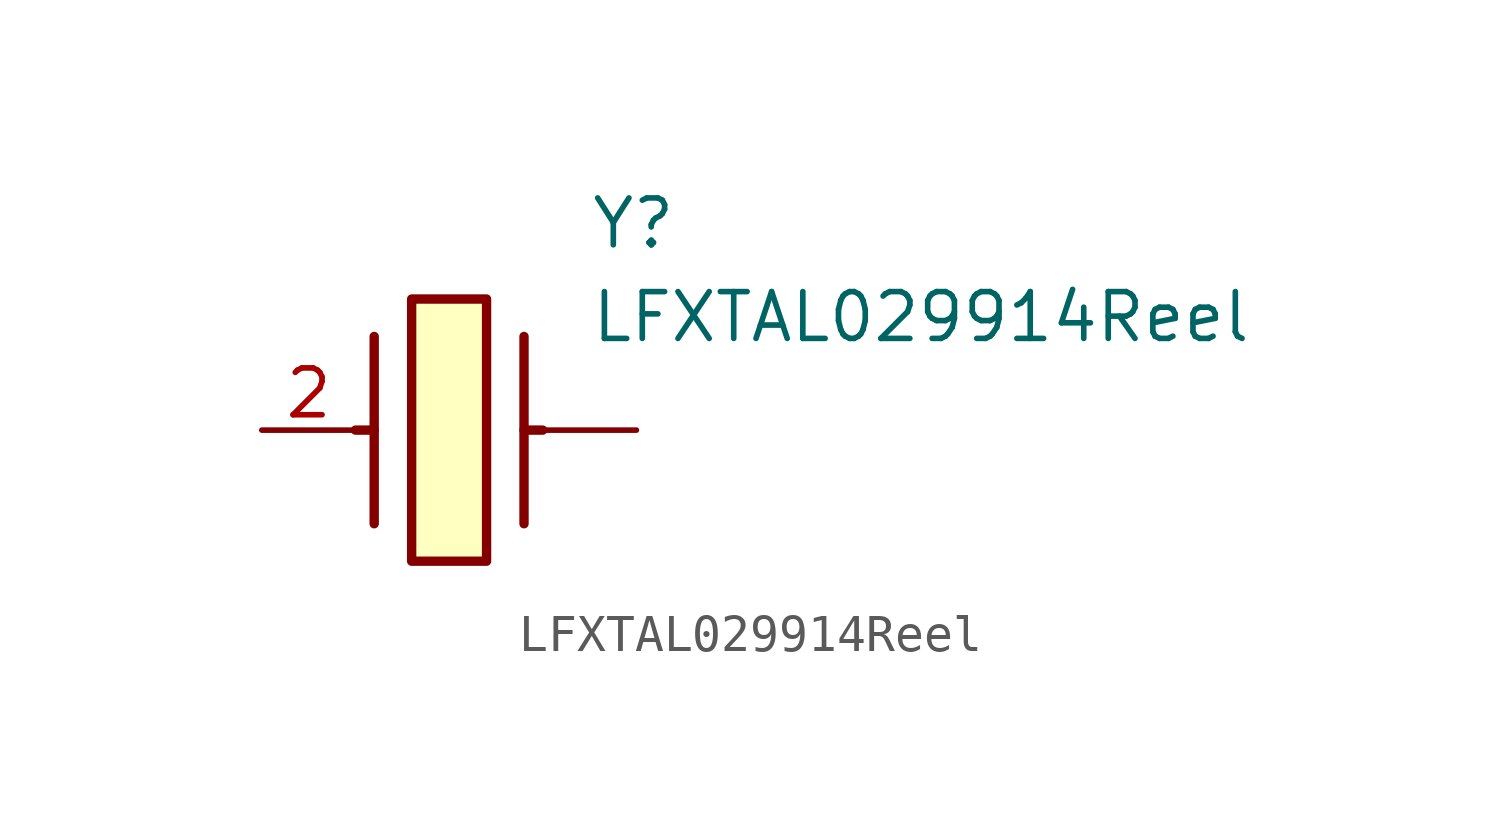
<source format=kicad_sym>
(kicad_symbol_lib
  (version 20211014)
  (generator SamacSys_ECAD_Model)
  (symbol "LFXTAL029914Reel"
    (pin_names hide)
    (property "Reference" "Y"
      (at 8.89 6.35 0)
      (effects (font (size 1.27 1.27)) (justify left top)))
    (property "Value" "LFXTAL029914Reel"
      (at 8.89 3.81 0)
      (effects (font (size 1.27 1.27)) (justify left top)))
    (rectangle
      (start 4.064 3.556)
      (end 6.096 -3.556)
      (stroke (width 0.254) (type default))
      (fill (type background)))
    (polyline
      (pts (xy 3.048 2.54) (xy 3.048 -2.54))
      (stroke (width 0.254) (type default))
      (fill (type none)))
    (polyline
      (pts (xy 7.112 2.54) (xy 7.112 -2.54))
      (stroke (width 0.254) (type default))
      (fill (type none)))
    (polyline
      (pts (xy 7.112 0) (xy 7.62 0))
      (stroke (width 0.254) (type default))
      (fill (type none)))
    (polyline
      (pts (xy 3.048 0) (xy 2.54 0))
      (stroke (width 0.254) (type default))
      (fill (type none)))
    (pin passive line
      (at 0 0 0)
      (length 2.54)
      (name "X2" (effects (font (size 1.27 1.27))))
      (number "2" (effects (font (size 1.27 1.27)))))
    (pin passive line
      (at 10.16 0 180)
      (length 2.54)
      (name "" (effects (font (size 1.27 1.27))))
      (number "" (effects (font (size 1.27 1.27)))))))
</source>
